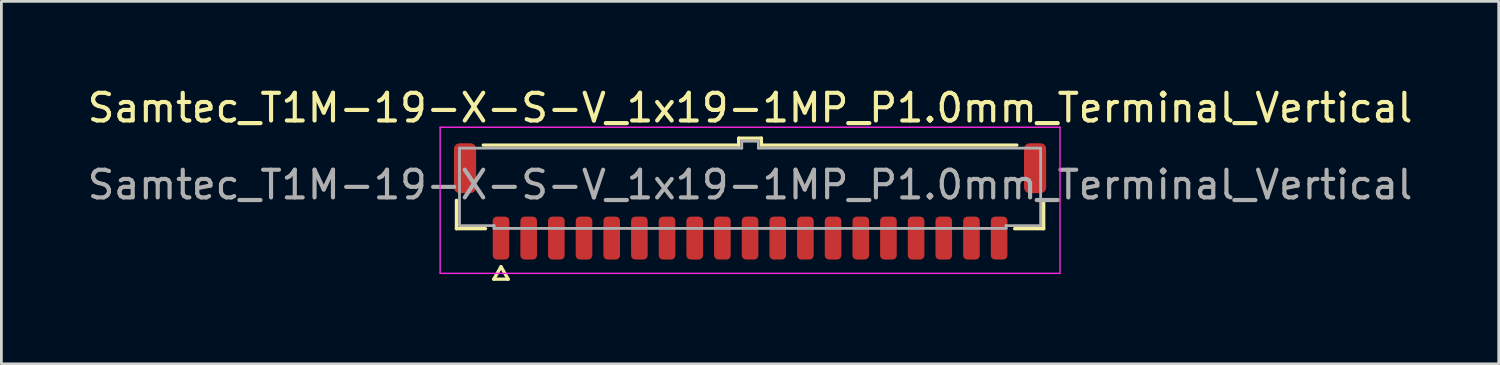
<source format=kicad_pcb>
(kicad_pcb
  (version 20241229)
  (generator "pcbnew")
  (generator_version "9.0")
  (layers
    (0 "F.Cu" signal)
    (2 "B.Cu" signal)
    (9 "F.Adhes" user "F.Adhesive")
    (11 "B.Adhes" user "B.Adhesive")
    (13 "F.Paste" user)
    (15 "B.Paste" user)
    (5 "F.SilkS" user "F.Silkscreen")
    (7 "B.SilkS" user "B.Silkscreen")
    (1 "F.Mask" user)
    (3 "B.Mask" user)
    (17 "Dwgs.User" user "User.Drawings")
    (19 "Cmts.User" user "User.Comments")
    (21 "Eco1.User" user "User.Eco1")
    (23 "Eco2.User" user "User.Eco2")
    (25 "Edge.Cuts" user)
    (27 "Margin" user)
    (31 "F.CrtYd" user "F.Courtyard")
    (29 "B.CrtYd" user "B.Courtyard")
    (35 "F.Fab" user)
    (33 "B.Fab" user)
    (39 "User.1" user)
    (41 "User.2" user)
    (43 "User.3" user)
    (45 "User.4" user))
  (footprint "Samtec_T1M-19-X-S-V_1x19-1MP_P1.0mm_Terminal_Vertical"
    (layer "F.Cu")
    (at 24.054 3.628)
    (property "Reference" "Samtec_T1M-19-X-S-V_1x19-1MP_P1.0mm_Terminal_Vertical" (at 0 -2.78 0) (layer "F.SilkS") (effects (font (size 1 1) (thickness 0.15))))
    (attr smd)
    (fp_line (start -10.61 1.585) (end -10.61 0.56) (stroke (width 0.12) (type solid)) (layer "F.SilkS"))
    (fp_line (start -9.64 -1.435) (end -0.41 -1.435) (stroke (width 0.12) (type solid)) (layer "F.SilkS"))
    (fp_line (start -9.56 1.585) (end -10.61 1.585) (stroke (width 0.12) (type solid)) (layer "F.SilkS"))
    (fp_line (start -9.26 3.41) (end -9 2.96) (stroke (width 0.12) (type solid)) (layer "F.SilkS"))
    (fp_line (start -9 2.96) (end -8.74 3.41) (stroke (width 0.12) (type solid)) (layer "F.SilkS"))
    (fp_line (start -8.74 3.41) (end -9.26 3.41) (stroke (width 0.12) (type solid)) (layer "F.SilkS"))
    (fp_line (start -0.41 -1.685) (end 0.41 -1.685) (stroke (width 0.12) (type solid)) (layer "F.SilkS"))
    (fp_line (start -0.41 -1.435) (end -0.41 -1.685) (stroke (width 0.12) (type solid)) (layer "F.SilkS"))
    (fp_line (start 0.41 -1.685) (end 0.41 -1.435) (stroke (width 0.12) (type solid)) (layer "F.SilkS"))
    (fp_line (start 0.41 -1.435) (end 9.64 -1.435) (stroke (width 0.12) (type solid)) (layer "F.SilkS"))
    (fp_line (start 10.61 0.56) (end 10.61 1.585) (stroke (width 0.12) (type solid)) (layer "F.SilkS"))
    (fp_line (start 10.61 1.585) (end 9.56 1.585) (stroke (width 0.12) (type solid)) (layer "F.SilkS"))
    (fp_line (start -11.2 -2.08) (end -11.2 3.2) (stroke (width 0.05) (type solid)) (layer "F.CrtYd"))
    (fp_line (start -11.2 3.2) (end 11.2 3.2) (stroke (width 0.05) (type solid)) (layer "F.CrtYd"))
    (fp_line (start 11.2 -2.08) (end -11.2 -2.08) (stroke (width 0.05) (type solid)) (layer "F.CrtYd"))
    (fp_line (start 11.2 3.2) (end 11.2 -2.08) (stroke (width 0.05) (type solid)) (layer "F.CrtYd"))
    (fp_line (start -10.5 -1.325) (end -0.3 -1.325) (stroke (width 0.1) (type solid)) (layer "F.Fab"))
    (fp_line (start -10.5 1.475) (end -10.5 -1.325) (stroke (width 0.1) (type solid)) (layer "F.Fab"))
    (fp_line (start -9.25 1.475) (end -10.5 1.475) (stroke (width 0.1) (type solid)) (layer "F.Fab"))
    (fp_line (start -9.25 1.575) (end -9.25 1.475) (stroke (width 0.1) (type solid)) (layer "F.Fab"))
    (fp_line (start -0.3 -1.575) (end 0.3 -1.575) (stroke (width 0.1) (type solid)) (layer "F.Fab"))
    (fp_line (start -0.3 -1.325) (end -0.3 -1.575) (stroke (width 0.1) (type solid)) (layer "F.Fab"))
    (fp_line (start 0.3 -1.575) (end 0.3 -1.325) (stroke (width 0.1) (type solid)) (layer "F.Fab"))
    (fp_line (start 0.3 -1.325) (end 10.5 -1.325) (stroke (width 0.1) (type solid)) (layer "F.Fab"))
    (fp_line (start 9.25 1.475) (end 9.25 1.575) (stroke (width 0.1) (type solid)) (layer "F.Fab"))
    (fp_line (start 9.25 1.575) (end -9.25 1.575) (stroke (width 0.1) (type solid)) (layer "F.Fab"))
    (fp_line (start 10.5 -1.325) (end 10.5 1.475) (stroke (width 0.1) (type solid)) (layer "F.Fab"))
    (fp_line (start 10.5 1.475) (end 9.25 1.475) (stroke (width 0.1) (type solid)) (layer "F.Fab"))
    (fp_text user "${REFERENCE}" (at 0 0 0) (layer "F.Fab") (effects (font (size 1 1) (thickness 0.15))))
    (pad "1" smd roundrect (at -9 1.925) (size 0.6 1.55) (layers "F.Cu" "F.Mask" "F.Paste") (roundrect_rratio 0.25))
    (pad "2" smd roundrect (at -8 1.925) (size 0.6 1.55) (layers "F.Cu" "F.Mask" "F.Paste") (roundrect_rratio 0.25))
    (pad "3" smd roundrect (at -7 1.925) (size 0.6 1.55) (layers "F.Cu" "F.Mask" "F.Paste") (roundrect_rratio 0.25))
    (pad "4" smd roundrect (at -6 1.925) (size 0.6 1.55) (layers "F.Cu" "F.Mask" "F.Paste") (roundrect_rratio 0.25))
    (pad "5" smd roundrect (at -5 1.925) (size 0.6 1.55) (layers "F.Cu" "F.Mask" "F.Paste") (roundrect_rratio 0.25))
    (pad "6" smd roundrect (at -4 1.925) (size 0.6 1.55) (layers "F.Cu" "F.Mask" "F.Paste") (roundrect_rratio 0.25))
    (pad "7" smd roundrect (at -3 1.925) (size 0.6 1.55) (layers "F.Cu" "F.Mask" "F.Paste") (roundrect_rratio 0.25))
    (pad "8" smd roundrect (at -2 1.925) (size 0.6 1.55) (layers "F.Cu" "F.Mask" "F.Paste") (roundrect_rratio 0.25))
    (pad "9" smd roundrect (at -1 1.925) (size 0.6 1.55) (layers "F.Cu" "F.Mask" "F.Paste") (roundrect_rratio 0.25))
    (pad "10" smd roundrect (at 0 1.925) (size 0.6 1.55) (layers "F.Cu" "F.Mask" "F.Paste") (roundrect_rratio 0.25))
    (pad "11" smd roundrect (at 1 1.925) (size 0.6 1.55) (layers "F.Cu" "F.Mask" "F.Paste") (roundrect_rratio 0.25))
    (pad "12" smd roundrect (at 2 1.925) (size 0.6 1.55) (layers "F.Cu" "F.Mask" "F.Paste") (roundrect_rratio 0.25))
    (pad "13" smd roundrect (at 3 1.925) (size 0.6 1.55) (layers "F.Cu" "F.Mask" "F.Paste") (roundrect_rratio 0.25))
    (pad "14" smd roundrect (at 4 1.925) (size 0.6 1.55) (layers "F.Cu" "F.Mask" "F.Paste") (roundrect_rratio 0.25))
    (pad "15" smd roundrect (at 5 1.925) (size 0.6 1.55) (layers "F.Cu" "F.Mask" "F.Paste") (roundrect_rratio 0.25))
    (pad "16" smd roundrect (at 6 1.925) (size 0.6 1.55) (layers "F.Cu" "F.Mask" "F.Paste") (roundrect_rratio 0.25))
    (pad "17" smd roundrect (at 7 1.925) (size 0.6 1.55) (layers "F.Cu" "F.Mask" "F.Paste") (roundrect_rratio 0.25))
    (pad "18" smd roundrect (at 8 1.925) (size 0.6 1.55) (layers "F.Cu" "F.Mask" "F.Paste") (roundrect_rratio 0.25))
    (pad "19" smd roundrect (at 9 1.925) (size 0.6 1.55) (layers "F.Cu" "F.Mask" "F.Paste") (roundrect_rratio 0.25))
    (pad "MP" smd roundrect (at -10.3 -0.6) (size 0.8 1.8) (layers "F.Cu" "F.Mask" "F.Paste") (roundrect_rratio 0.25))
    (pad "MP" smd roundrect (at 10.3 -0.6) (size 0.8 1.8) (layers "F.Cu" "F.Mask" "F.Paste") (roundrect_rratio 0.25)))
  (gr_rect
    (start -3 -3)
    (end 51.107 10.098)
    (stroke (width 0.1) (type default))
    (fill no)
    (layer "Edge.Cuts")))
</source>
